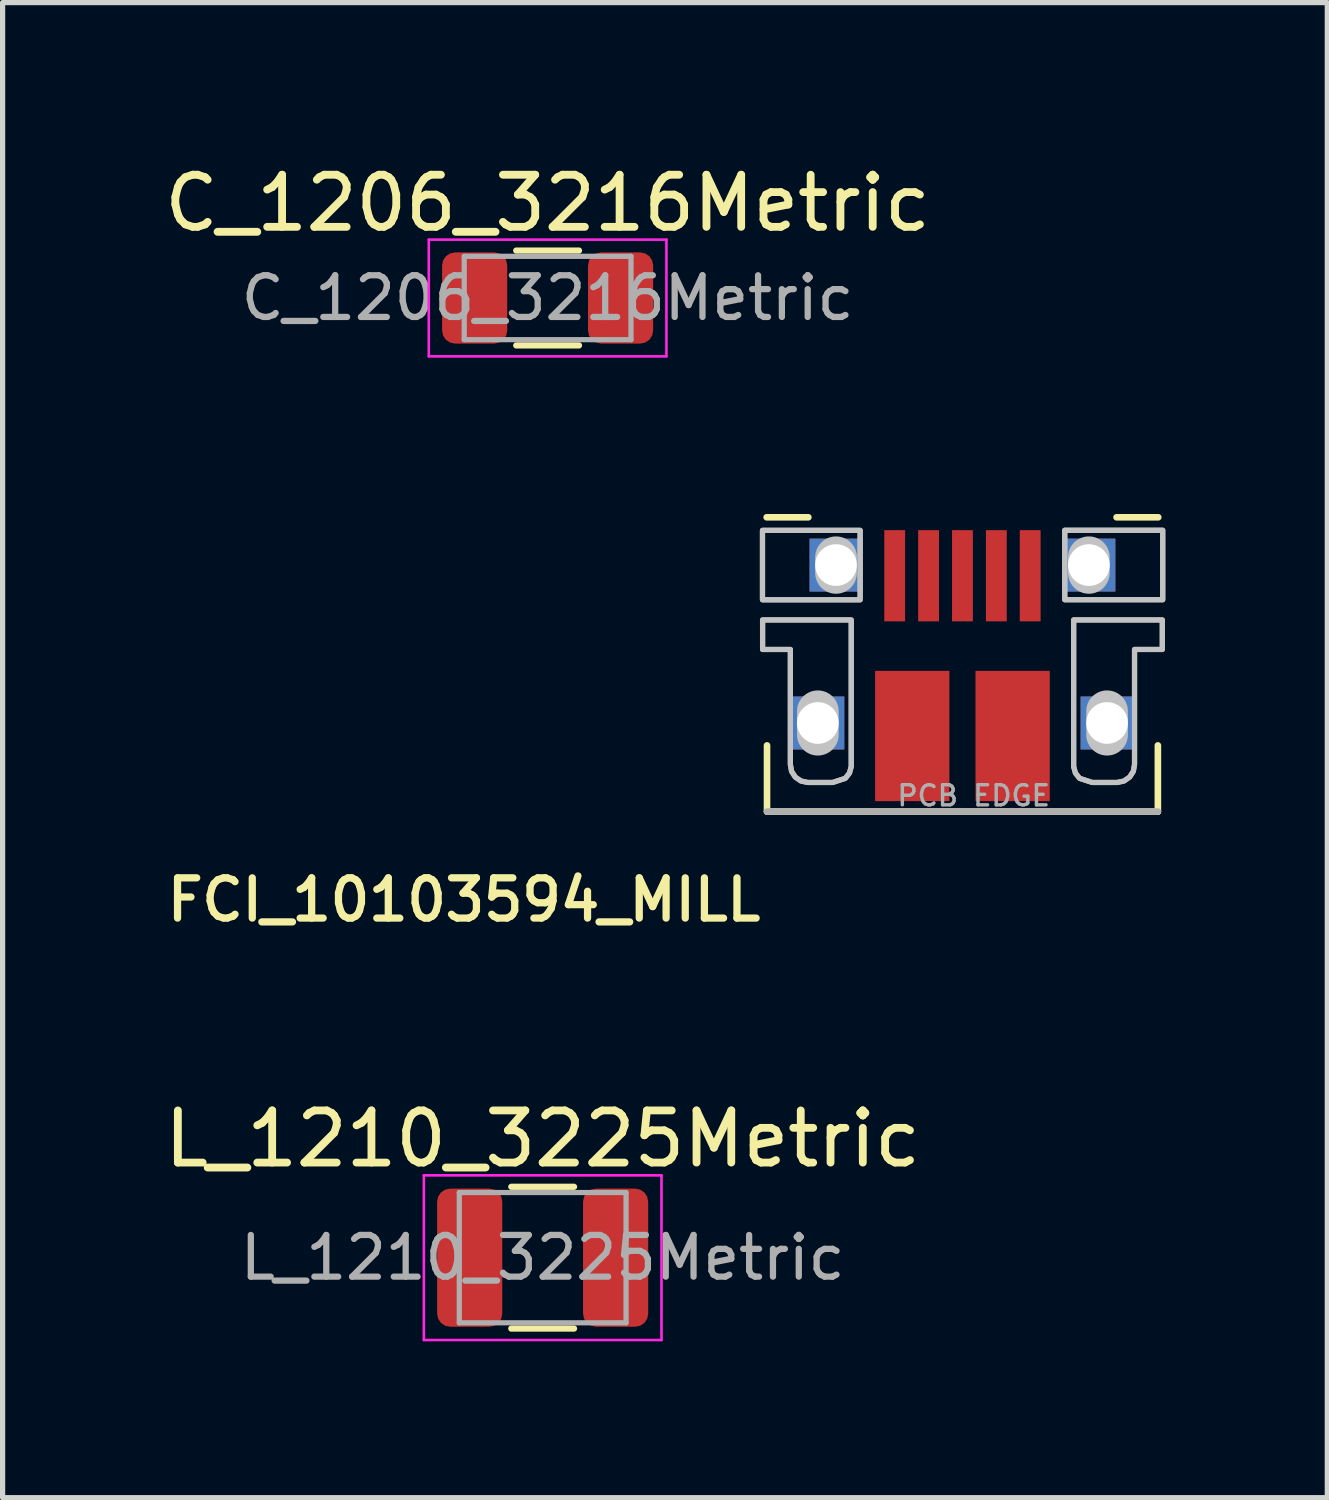
<source format=kicad_pcb>
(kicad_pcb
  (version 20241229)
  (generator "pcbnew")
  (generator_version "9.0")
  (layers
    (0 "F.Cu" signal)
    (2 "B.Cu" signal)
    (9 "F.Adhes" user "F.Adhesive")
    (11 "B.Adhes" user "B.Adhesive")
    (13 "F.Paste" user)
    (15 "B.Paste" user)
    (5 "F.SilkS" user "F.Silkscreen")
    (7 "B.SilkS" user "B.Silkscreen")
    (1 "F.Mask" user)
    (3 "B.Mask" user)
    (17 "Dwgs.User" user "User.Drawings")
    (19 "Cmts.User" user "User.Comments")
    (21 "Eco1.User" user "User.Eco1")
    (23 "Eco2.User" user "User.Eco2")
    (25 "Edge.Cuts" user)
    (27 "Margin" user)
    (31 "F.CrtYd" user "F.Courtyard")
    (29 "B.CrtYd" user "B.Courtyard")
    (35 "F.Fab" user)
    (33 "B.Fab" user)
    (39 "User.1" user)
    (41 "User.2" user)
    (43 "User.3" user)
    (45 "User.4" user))
  (footprint "C_1206_3216Metric"
    (layer "F.Cu")
    (at 7.458 2.668)
    (property "Reference" "C_1206_3216Metric" (at 0 -1.82 0) (layer "F.SilkS") (effects (font (size 1 1) (thickness 0.15))))
    (attr smd)
    (fp_line (start -0.602 -0.91) (end 0.602 -0.91) (stroke (width 0.12) (type solid)) (layer "F.SilkS"))
    (fp_line (start -0.602 0.91) (end 0.602 0.91) (stroke (width 0.12) (type solid)) (layer "F.SilkS"))
    (fp_line (start -2.28 -1.12) (end 2.28 -1.12) (stroke (width 0.05) (type solid)) (layer "F.CrtYd"))
    (fp_line (start -2.28 1.12) (end -2.28 -1.12) (stroke (width 0.05) (type solid)) (layer "F.CrtYd"))
    (fp_line (start 2.28 -1.12) (end 2.28 1.12) (stroke (width 0.05) (type solid)) (layer "F.CrtYd"))
    (fp_line (start 2.28 1.12) (end -2.28 1.12) (stroke (width 0.05) (type solid)) (layer "F.CrtYd"))
    (fp_line (start -1.6 -0.8) (end 1.6 -0.8) (stroke (width 0.1) (type solid)) (layer "F.Fab"))
    (fp_line (start -1.6 0.8) (end -1.6 -0.8) (stroke (width 0.1) (type solid)) (layer "F.Fab"))
    (fp_line (start 1.6 -0.8) (end 1.6 0.8) (stroke (width 0.1) (type solid)) (layer "F.Fab"))
    (fp_line (start 1.6 0.8) (end -1.6 0.8) (stroke (width 0.1) (type solid)) (layer "F.Fab"))
    (fp_text user "${REFERENCE}" (at 0 0 0) (layer "F.Fab") (effects (font (size 0.8 0.8) (thickness 0.12))))
    (pad "1" smd roundrect (at -1.4 0) (size 1.25 1.75) (layers "F.Cu" "F.Mask" "F.Paste") (roundrect_rratio 0.2))
    (pad "2" smd roundrect (at 1.4 0) (size 1.25 1.75) (layers "F.Cu" "F.Mask" "F.Paste") (roundrect_rratio 0.2)))
  (footprint "FCI_10103594_MILL"
    (layer "F.Cu")
    (at 15.418 12.523)
    (property "Reference" "FCI_10103594_MILL" (at -3.794 1.242 180) (layer "F.SilkS") (effects (font (size 0.772 0.772) (thickness 0.139)) (justify right top)))
    (attr through_hole)
    (fp_poly (pts (xy -4 -3.899) (xy -1.803 -3.899) (xy -1.803 -5.563) (xy -4 -5.563)) (stroke (width 0) (type solid)) (fill yes) (layer "F.Mask"))
    (fp_poly (pts (xy 1.803 -3.899) (xy 4 -3.899) (xy 4 -5.563) (xy 1.803 -5.563)) (stroke (width 0) (type solid)) (fill yes) (layer "F.Mask"))
    (fp_poly (pts (xy -1.956 -3.848) (xy -1.956 -0.876) (xy -1.982 -0.722) (xy -2.055 -0.583) (xy -2.168 -0.473) (xy -2.464 -0.381) (xy -2.972 -0.381) (xy -3.125 -0.405) (xy -3.263 -0.476) (xy -3.373 -0.585) (xy -3.467 -0.876) (xy -3.467 -2.946) (xy -4 -2.946) (xy -4 -3.848)) (stroke (width 0) (type solid)) (fill yes) (layer "F.Mask"))
    (fp_poly (pts (xy 1.956 -3.848) (xy 1.956 -0.876) (xy 1.982 -0.722) (xy 2.055 -0.583) (xy 2.168 -0.473) (xy 2.464 -0.381) (xy 2.972 -0.381) (xy 3.125 -0.405) (xy 3.263 -0.476) (xy 3.373 -0.585) (xy 3.467 -0.876) (xy 3.467 -2.946) (xy 4 -2.946) (xy 4 -3.848)) (stroke (width 0) (type solid)) (fill yes) (layer "F.Mask"))
    (fp_poly (pts (xy -4 -3.899) (xy -1.803 -3.899) (xy -1.803 -5.563) (xy -4 -5.563)) (stroke (width 0) (type solid)) (fill yes) (layer "B.Mask"))
    (fp_poly (pts (xy 1.803 -3.899) (xy 4 -3.899) (xy 4 -5.563) (xy 1.803 -5.563)) (stroke (width 0) (type solid)) (fill yes) (layer "B.Mask"))
    (fp_poly (pts (xy -1.956 -3.848) (xy -1.956 -0.876) (xy -1.982 -0.722) (xy -2.055 -0.583) (xy -2.168 -0.473) (xy -2.464 -0.381) (xy -2.972 -0.381) (xy -3.125 -0.405) (xy -3.263 -0.476) (xy -3.373 -0.585) (xy -3.467 -0.876) (xy -3.467 -2.946) (xy -4 -2.946) (xy -4 -3.848)) (stroke (width 0) (type solid)) (fill yes) (layer "B.Mask"))
    (fp_poly (pts (xy 1.956 -3.848) (xy 1.956 -0.876) (xy 1.982 -0.722) (xy 2.055 -0.583) (xy 2.168 -0.473) (xy 2.464 -0.381) (xy 2.972 -0.381) (xy 3.125 -0.405) (xy 3.263 -0.476) (xy 3.373 -0.585) (xy 3.467 -0.876) (xy 3.467 -2.946) (xy 4 -2.946) (xy 4 -3.848)) (stroke (width 0) (type solid)) (fill yes) (layer "B.Mask"))
    (fp_line (start -3.757 -5.647) (end -2.957 -5.647) (stroke (width 0.127) (type solid)) (layer "F.SilkS"))
    (fp_line (start -3.75 -1.27) (end -3.75 0) (stroke (width 0.127) (type solid)) (layer "F.SilkS"))
    (fp_line (start -3.75 0) (end 3.75 0) (stroke (width 0.127) (type solid)) (layer "F.SilkS"))
    (fp_line (start 2.957 -5.647) (end 3.757 -5.647) (stroke (width 0.127) (type solid)) (layer "F.SilkS"))
    (fp_line (start 3.75 0) (end 3.75 -1.27) (stroke (width 0.127) (type solid)) (layer "F.SilkS"))
    (fp_poly (pts (xy -3.873 -4.064) (xy -1.905 -4.064) (xy -1.905 -5.397) (xy -3.873 -5.397)) (stroke (width 0) (type solid)) (fill yes) (layer "F.Paste"))
    (fp_poly (pts (xy -3.873 -3.111) (xy -2.095 -3.111) (xy -2.095 -3.683) (xy -3.873 -3.683)) (stroke (width 0) (type solid)) (fill yes) (layer "F.Paste"))
    (fp_poly (pts (xy -3.365 -0.889) (xy -2.095 -0.889) (xy -2.095 -3.683) (xy -3.365 -3.683)) (stroke (width 0) (type solid)) (fill yes) (layer "F.Paste"))
    (fp_poly (pts (xy 1.905 -4.064) (xy 3.873 -4.064) (xy 3.873 -5.397) (xy 1.905 -5.397)) (stroke (width 0) (type solid)) (fill yes) (layer "F.Paste"))
    (fp_poly (pts (xy 2.095 -3.111) (xy 3.873 -3.111) (xy 3.873 -3.683) (xy 2.095 -3.683)) (stroke (width 0) (type solid)) (fill yes) (layer "F.Paste"))
    (fp_poly (pts (xy 2.095 -0.889) (xy 3.365 -0.889) (xy 3.365 -3.683) (xy 2.095 -3.683)) (stroke (width 0) (type solid)) (fill yes) (layer "F.Paste"))
    (fp_line (start -2.775 -1.925) (end -2.775 -1.475) (stroke (width 0.8) (type solid)) (layer "Dwgs.User"))
    (fp_line (start -2.426 -4.88) (end -2.426 -4.58) (stroke (width 0.8) (type solid)) (layer "Dwgs.User"))
    (fp_line (start 2.426 -4.88) (end 2.426 -4.58) (stroke (width 0.8) (type solid)) (layer "Dwgs.User"))
    (fp_line (start 2.775 -1.925) (end 2.775 -1.475) (stroke (width 0.8) (type solid)) (layer "Dwgs.User"))
    (fp_poly (pts (xy -3.837 -5.396) (xy -1.963 -5.396) (xy -1.963 -4.064) (xy -3.837 -4.064)) (stroke (width 0.1) (type solid)) (fill no) (layer "Dwgs.User"))
    (fp_poly (pts (xy -3.837 -5.396) (xy -1.963 -5.396) (xy -1.963 -4.064) (xy -3.837 -4.064)) (stroke (width 0.1) (type solid)) (fill no) (layer "Dwgs.User"))
    (fp_poly (pts (xy 3.843 -4.065) (xy 1.963 -4.065) (xy 1.963 -5.398) (xy 3.843 -5.398)) (stroke (width 0.1) (type solid)) (fill no) (layer "Dwgs.User"))
    (fp_poly (pts (xy 3.843 -4.065) (xy 1.963 -4.065) (xy 1.963 -5.398) (xy 3.843 -5.398)) (stroke (width 0.1) (type solid)) (fill no) (layer "Dwgs.User"))
    (fp_poly (pts (xy -2.134 -3.677) (xy -2.134 -0.864) (xy -2.168 -0.739) (xy -2.248 -0.638) (xy -2.489 -0.559) (xy -2.972 -0.559) (xy -3.1 -0.587) (xy -3.208 -0.662) (xy -3.279 -0.772) (xy -3.302 -0.902) (xy -3.302 -3.111) (xy -3.835 -3.111) (xy -3.835 -3.677)) (stroke (width 0.1) (type solid)) (fill no) (layer "Dwgs.User"))
    (fp_poly (pts (xy -2.134 -3.677) (xy -2.134 -0.864) (xy -2.168 -0.739) (xy -2.248 -0.638) (xy -2.489 -0.559) (xy -2.972 -0.559) (xy -3.1 -0.587) (xy -3.208 -0.662) (xy -3.279 -0.772) (xy -3.302 -0.902) (xy -3.302 -3.111) (xy -3.835 -3.111) (xy -3.835 -3.677)) (stroke (width 0.1) (type solid)) (fill no) (layer "Dwgs.User"))
    (fp_poly (pts (xy 2.134 -3.677) (xy 2.134 -0.864) (xy 2.168 -0.739) (xy 2.248 -0.638) (xy 2.489 -0.559) (xy 2.972 -0.559) (xy 3.1 -0.587) (xy 3.208 -0.662) (xy 3.279 -0.772) (xy 3.302 -0.902) (xy 3.302 -3.111) (xy 3.835 -3.111) (xy 3.835 -3.677)) (stroke (width 0.1) (type solid)) (fill no) (layer "Dwgs.User"))
    (fp_poly (pts (xy 2.134 -3.677) (xy 2.134 -0.864) (xy 2.168 -0.739) (xy 2.248 -0.638) (xy 2.489 -0.559) (xy 2.972 -0.559) (xy 3.1 -0.587) (xy 3.208 -0.662) (xy 3.279 -0.772) (xy 3.302 -0.902) (xy 3.302 -3.111) (xy 3.835 -3.111) (xy 3.835 -3.677)) (stroke (width 0.1) (type solid)) (fill no) (layer "Dwgs.User"))
    (fp_line (start -3.75 0) (end 3.75 0) (stroke (width 0.127) (type solid)) (layer "F.Fab"))
    (fp_text user "PCB EDGE" (at 0.216 -0.305 0) (layer "F.Fab") (effects (font (size 0.386 0.386) (thickness 0.065))))
    (pad "BASE@1" smd rect (at -0.963 -1.45 90) (size 2.5 1.425) (layers "F.Cu" "F.Mask" "F.Paste"))
    (pad "BASE@2" smd rect (at 0.963 -1.45 90) (size 2.5 1.425) (layers "F.Cu" "F.Mask" "F.Paste"))
    (pad "D+" smd rect (at 0 -4.525) (size 0.4 1.75) (layers "F.Cu" "F.Mask" "F.Paste"))
    (pad "D-" smd rect (at -0.65 -4.525) (size 0.4 1.75) (layers "F.Cu" "F.Mask" "F.Paste"))
    (pad "GND" smd rect (at 1.3 -4.525) (size 0.4 1.75) (layers "F.Cu" "F.Mask" "F.Paste"))
    (pad "ID" smd rect (at 0.65 -4.525) (size 0.4 1.75) (layers "F.Cu" "F.Mask" "F.Paste"))
    (pad "SPRT@1" thru_hole rect (at -2.775 -1.7) (size 1.016 1.016) (drill 0.8) (layers "*.Cu" "*.Mask"))
    (pad "SPRT@2" thru_hole rect (at 2.775 -1.7) (size 1.016 1.016) (drill 0.8) (layers "*.Cu" "*.Mask"))
    (pad "SPRT@3" thru_hole rect (at -2.426 -4.73) (size 1.016 1.016) (drill 0.8) (layers "*.Cu" "*.Mask"))
    (pad "SPRT@4" thru_hole rect (at 2.426 -4.73) (size 1.016 1.016) (drill 0.8) (layers "*.Cu" "*.Mask"))
    (pad "VBUS" smd rect (at -1.3 -4.525) (size 0.4 1.75) (layers "F.Cu" "F.Mask" "F.Paste")))
  (footprint "L_1210_3225Metric"
    (layer "F.Cu")
    (at 7.363 21.083)
    (property "Reference" "L_1210_3225Metric" (at 0 -2.28 0) (layer "F.SilkS") (effects (font (size 1 1) (thickness 0.15))))
    (attr smd)
    (fp_line (start -0.602 -1.36) (end 0.602 -1.36) (stroke (width 0.12) (type solid)) (layer "F.SilkS"))
    (fp_line (start -0.602 1.36) (end 0.602 1.36) (stroke (width 0.12) (type solid)) (layer "F.SilkS"))
    (fp_line (start -2.28 -1.58) (end 2.28 -1.58) (stroke (width 0.05) (type solid)) (layer "F.CrtYd"))
    (fp_line (start -2.28 1.58) (end -2.28 -1.58) (stroke (width 0.05) (type solid)) (layer "F.CrtYd"))
    (fp_line (start 2.28 -1.58) (end 2.28 1.58) (stroke (width 0.05) (type solid)) (layer "F.CrtYd"))
    (fp_line (start 2.28 1.58) (end -2.28 1.58) (stroke (width 0.05) (type solid)) (layer "F.CrtYd"))
    (fp_line (start -1.6 -1.25) (end 1.6 -1.25) (stroke (width 0.1) (type solid)) (layer "F.Fab"))
    (fp_line (start -1.6 1.25) (end -1.6 -1.25) (stroke (width 0.1) (type solid)) (layer "F.Fab"))
    (fp_line (start 1.6 -1.25) (end 1.6 1.25) (stroke (width 0.1) (type solid)) (layer "F.Fab"))
    (fp_line (start 1.6 1.25) (end -1.6 1.25) (stroke (width 0.1) (type solid)) (layer "F.Fab"))
    (fp_text user "${REFERENCE}" (at 0 0 0) (layer "F.Fab") (effects (font (size 0.8 0.8) (thickness 0.12))))
    (pad "1" smd roundrect (at -1.4 0) (size 1.25 2.65) (layers "F.Cu" "F.Mask" "F.Paste") (roundrect_rratio 0.2))
    (pad "2" smd roundrect (at 1.4 0) (size 1.25 2.65) (layers "F.Cu" "F.Mask" "F.Paste") (roundrect_rratio 0.2)))
  (gr_rect
    (start -3 -3)
    (end 22.419 25.688)
    (stroke (width 0.1) (type default))
    (fill no)
    (layer "Edge.Cuts")))
</source>
